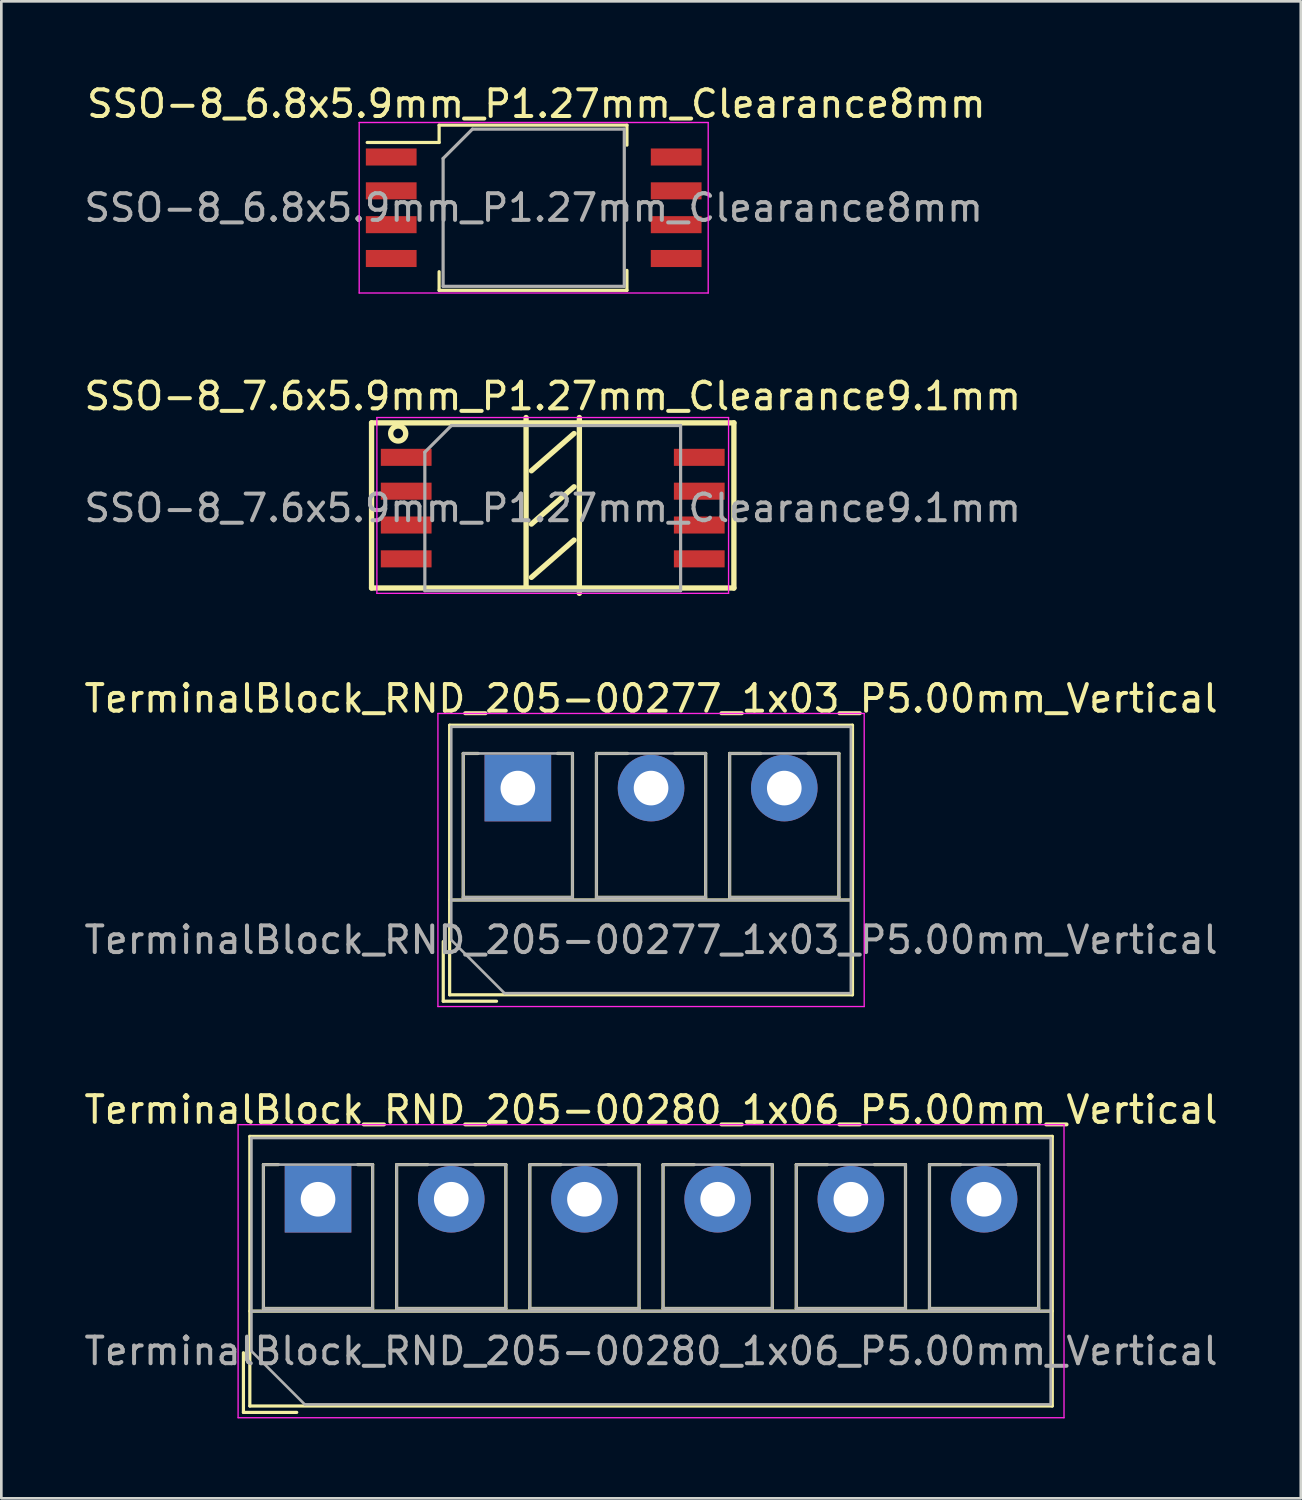
<source format=kicad_pcb>
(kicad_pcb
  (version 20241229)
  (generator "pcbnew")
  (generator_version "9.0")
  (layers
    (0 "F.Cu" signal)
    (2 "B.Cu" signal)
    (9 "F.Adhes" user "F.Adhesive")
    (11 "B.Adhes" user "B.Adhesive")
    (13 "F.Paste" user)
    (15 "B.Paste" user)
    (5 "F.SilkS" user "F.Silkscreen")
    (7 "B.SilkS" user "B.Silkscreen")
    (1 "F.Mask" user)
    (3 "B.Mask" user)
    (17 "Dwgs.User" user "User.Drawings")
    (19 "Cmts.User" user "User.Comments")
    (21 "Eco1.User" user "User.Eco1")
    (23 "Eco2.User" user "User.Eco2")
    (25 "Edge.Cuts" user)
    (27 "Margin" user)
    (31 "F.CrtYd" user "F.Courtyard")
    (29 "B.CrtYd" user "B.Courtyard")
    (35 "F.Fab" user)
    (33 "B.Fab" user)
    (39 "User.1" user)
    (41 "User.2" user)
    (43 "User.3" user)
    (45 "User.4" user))
  (footprint "TerminalBlock_RND_205-00277_1x03_P5.00mm_Vertical"
    (layer "F.Cu")
    (at 16.387 26.53)
    (property "Reference" "TerminalBlock_RND_205-00277_1x03_P5.00mm_Vertical" (at 5 -3.36 0) (layer "F.SilkS") (effects (font (size 1 1) (thickness 0.15))))
    (attr through_hole)
    (fp_line (start -2.8 5.76) (end -2.8 8) (stroke (width 0.12) (type solid)) (layer "F.SilkS"))
    (fp_line (start -2.8 8) (end -0.8 8) (stroke (width 0.12) (type solid)) (layer "F.SilkS"))
    (fp_line (start -2.56 -2.36) (end -2.56 7.76) (stroke (width 0.12) (type solid)) (layer "F.SilkS"))
    (fp_line (start -2.56 -2.36) (end 12.56 -2.36) (stroke (width 0.12) (type solid)) (layer "F.SilkS"))
    (fp_line (start -2.56 4.2) (end 12.56 4.2) (stroke (width 0.12) (type solid)) (layer "F.SilkS"))
    (fp_line (start -2.56 7.76) (end 12.56 7.76) (stroke (width 0.12) (type solid)) (layer "F.SilkS"))
    (fp_line (start -2.05 -1.3) (end -2.05 4.1) (stroke (width 0.12) (type solid)) (layer "F.SilkS"))
    (fp_line (start -2.05 -1.3) (end -1.49 -1.3) (stroke (width 0.12) (type solid)) (layer "F.SilkS"))
    (fp_line (start -2.05 4.1) (end 2.05 4.1) (stroke (width 0.12) (type solid)) (layer "F.SilkS"))
    (fp_line (start 1.49 -1.3) (end 2.05 -1.3) (stroke (width 0.12) (type solid)) (layer "F.SilkS"))
    (fp_line (start 2.05 -1.3) (end 2.05 4.1) (stroke (width 0.12) (type solid)) (layer "F.SilkS"))
    (fp_line (start 2.95 -1.3) (end 2.95 4.1) (stroke (width 0.12) (type solid)) (layer "F.SilkS"))
    (fp_line (start 2.95 -1.3) (end 4.117 -1.3) (stroke (width 0.12) (type solid)) (layer "F.SilkS"))
    (fp_line (start 2.95 4.1) (end 7.05 4.1) (stroke (width 0.12) (type solid)) (layer "F.SilkS"))
    (fp_line (start 5.884 -1.3) (end 7.05 -1.3) (stroke (width 0.12) (type solid)) (layer "F.SilkS"))
    (fp_line (start 7.05 -1.3) (end 7.05 4.1) (stroke (width 0.12) (type solid)) (layer "F.SilkS"))
    (fp_line (start 7.95 -1.3) (end 7.95 4.1) (stroke (width 0.12) (type solid)) (layer "F.SilkS"))
    (fp_line (start 7.95 -1.3) (end 9.117 -1.3) (stroke (width 0.12) (type solid)) (layer "F.SilkS"))
    (fp_line (start 7.95 4.1) (end 12.05 4.1) (stroke (width 0.12) (type solid)) (layer "F.SilkS"))
    (fp_line (start 10.884 -1.3) (end 12.05 -1.3) (stroke (width 0.12) (type solid)) (layer "F.SilkS"))
    (fp_line (start 12.05 -1.3) (end 12.05 4.1) (stroke (width 0.12) (type solid)) (layer "F.SilkS"))
    (fp_line (start 12.56 -2.36) (end 12.56 7.76) (stroke (width 0.12) (type solid)) (layer "F.SilkS"))
    (fp_line (start -3 -2.8) (end -3 8.2) (stroke (width 0.05) (type solid)) (layer "F.CrtYd"))
    (fp_line (start -3 8.2) (end 13 8.2) (stroke (width 0.05) (type solid)) (layer "F.CrtYd"))
    (fp_line (start 13 -2.8) (end -3 -2.8) (stroke (width 0.05) (type solid)) (layer "F.CrtYd"))
    (fp_line (start 13 8.2) (end 13 -2.8) (stroke (width 0.05) (type solid)) (layer "F.CrtYd"))
    (fp_line (start -2.5 -2.3) (end 12.5 -2.3) (stroke (width 0.1) (type solid)) (layer "F.Fab"))
    (fp_line (start -2.5 4.2) (end 12.5 4.2) (stroke (width 0.1) (type solid)) (layer "F.Fab"))
    (fp_line (start -2.5 5.7) (end -2.5 -2.3) (stroke (width 0.1) (type solid)) (layer "F.Fab"))
    (fp_line (start -2.05 -1.3) (end -2.05 4.1) (stroke (width 0.1) (type solid)) (layer "F.Fab"))
    (fp_line (start -2.05 4.1) (end 2.05 4.1) (stroke (width 0.1) (type solid)) (layer "F.Fab"))
    (fp_line (start -0.5 7.7) (end -2.5 5.7) (stroke (width 0.1) (type solid)) (layer "F.Fab"))
    (fp_line (start 2.05 -1.3) (end -2.05 -1.3) (stroke (width 0.1) (type solid)) (layer "F.Fab"))
    (fp_line (start 2.05 4.1) (end 2.05 -1.3) (stroke (width 0.1) (type solid)) (layer "F.Fab"))
    (fp_line (start 2.95 -1.3) (end 2.95 4.1) (stroke (width 0.1) (type solid)) (layer "F.Fab"))
    (fp_line (start 2.95 4.1) (end 7.05 4.1) (stroke (width 0.1) (type solid)) (layer "F.Fab"))
    (fp_line (start 7.05 -1.3) (end 2.95 -1.3) (stroke (width 0.1) (type solid)) (layer "F.Fab"))
    (fp_line (start 7.05 4.1) (end 7.05 -1.3) (stroke (width 0.1) (type solid)) (layer "F.Fab"))
    (fp_line (start 7.95 -1.3) (end 7.95 4.1) (stroke (width 0.1) (type solid)) (layer "F.Fab"))
    (fp_line (start 7.95 4.1) (end 12.05 4.1) (stroke (width 0.1) (type solid)) (layer "F.Fab"))
    (fp_line (start 12.05 -1.3) (end 7.95 -1.3) (stroke (width 0.1) (type solid)) (layer "F.Fab"))
    (fp_line (start 12.05 4.1) (end 12.05 -1.3) (stroke (width 0.1) (type solid)) (layer "F.Fab"))
    (fp_line (start 12.5 -2.3) (end 12.5 7.7) (stroke (width 0.1) (type solid)) (layer "F.Fab"))
    (fp_line (start 12.5 7.7) (end -0.5 7.7) (stroke (width 0.1) (type solid)) (layer "F.Fab"))
    (fp_text user "${REFERENCE}" (at 5 5.7 0) (layer "F.Fab") (effects (font (size 1 1) (thickness 0.15))))
    (pad "1" thru_hole rect (at 0 0) (size 2.5 2.5) (drill 1.3) (layers "*.Cu" "*.Mask"))
    (pad "2" thru_hole circle (at 5 0) (size 2.5 2.5) (drill 1.3) (layers "*.Cu" "*.Mask"))
    (pad "3" thru_hole circle (at 10 0) (size 2.5 2.5) (drill 1.3) (layers "*.Cu" "*.Mask")))
  (footprint "TerminalBlock_RND_205-00280_1x06_P5.00mm_Vertical"
    (layer "F.Cu")
    (at 8.887 41.963)
    (property "Reference" "TerminalBlock_RND_205-00280_1x06_P5.00mm_Vertical" (at 12.5 -3.36 0) (layer "F.SilkS") (effects (font (size 1 1) (thickness 0.15))))
    (attr through_hole)
    (fp_line (start -2.8 5.76) (end -2.8 8) (stroke (width 0.12) (type solid)) (layer "F.SilkS"))
    (fp_line (start -2.8 8) (end -0.8 8) (stroke (width 0.12) (type solid)) (layer "F.SilkS"))
    (fp_line (start -2.56 -2.36) (end -2.56 7.76) (stroke (width 0.12) (type solid)) (layer "F.SilkS"))
    (fp_line (start -2.56 -2.36) (end 27.56 -2.36) (stroke (width 0.12) (type solid)) (layer "F.SilkS"))
    (fp_line (start -2.56 4.2) (end 27.56 4.2) (stroke (width 0.12) (type solid)) (layer "F.SilkS"))
    (fp_line (start -2.56 7.76) (end 27.56 7.76) (stroke (width 0.12) (type solid)) (layer "F.SilkS"))
    (fp_line (start -2.05 -1.3) (end -2.05 4.1) (stroke (width 0.12) (type solid)) (layer "F.SilkS"))
    (fp_line (start -2.05 -1.3) (end -1.49 -1.3) (stroke (width 0.12) (type solid)) (layer "F.SilkS"))
    (fp_line (start -2.05 4.1) (end 2.05 4.1) (stroke (width 0.12) (type solid)) (layer "F.SilkS"))
    (fp_line (start 1.49 -1.3) (end 2.05 -1.3) (stroke (width 0.12) (type solid)) (layer "F.SilkS"))
    (fp_line (start 2.05 -1.3) (end 2.05 4.1) (stroke (width 0.12) (type solid)) (layer "F.SilkS"))
    (fp_line (start 2.95 -1.3) (end 2.95 4.1) (stroke (width 0.12) (type solid)) (layer "F.SilkS"))
    (fp_line (start 2.95 -1.3) (end 4.117 -1.3) (stroke (width 0.12) (type solid)) (layer "F.SilkS"))
    (fp_line (start 2.95 4.1) (end 7.05 4.1) (stroke (width 0.12) (type solid)) (layer "F.SilkS"))
    (fp_line (start 5.884 -1.3) (end 7.05 -1.3) (stroke (width 0.12) (type solid)) (layer "F.SilkS"))
    (fp_line (start 7.05 -1.3) (end 7.05 4.1) (stroke (width 0.12) (type solid)) (layer "F.SilkS"))
    (fp_line (start 7.95 -1.3) (end 7.95 4.1) (stroke (width 0.12) (type solid)) (layer "F.SilkS"))
    (fp_line (start 7.95 -1.3) (end 9.117 -1.3) (stroke (width 0.12) (type solid)) (layer "F.SilkS"))
    (fp_line (start 7.95 4.1) (end 12.05 4.1) (stroke (width 0.12) (type solid)) (layer "F.SilkS"))
    (fp_line (start 10.884 -1.3) (end 12.05 -1.3) (stroke (width 0.12) (type solid)) (layer "F.SilkS"))
    (fp_line (start 12.05 -1.3) (end 12.05 4.1) (stroke (width 0.12) (type solid)) (layer "F.SilkS"))
    (fp_line (start 12.95 -1.3) (end 12.95 4.1) (stroke (width 0.12) (type solid)) (layer "F.SilkS"))
    (fp_line (start 12.95 -1.3) (end 14.117 -1.3) (stroke (width 0.12) (type solid)) (layer "F.SilkS"))
    (fp_line (start 12.95 4.1) (end 17.05 4.1) (stroke (width 0.12) (type solid)) (layer "F.SilkS"))
    (fp_line (start 15.884 -1.3) (end 17.05 -1.3) (stroke (width 0.12) (type solid)) (layer "F.SilkS"))
    (fp_line (start 17.05 -1.3) (end 17.05 4.1) (stroke (width 0.12) (type solid)) (layer "F.SilkS"))
    (fp_line (start 17.95 -1.3) (end 17.95 4.1) (stroke (width 0.12) (type solid)) (layer "F.SilkS"))
    (fp_line (start 17.95 -1.3) (end 19.117 -1.3) (stroke (width 0.12) (type solid)) (layer "F.SilkS"))
    (fp_line (start 17.95 4.1) (end 22.05 4.1) (stroke (width 0.12) (type solid)) (layer "F.SilkS"))
    (fp_line (start 20.884 -1.3) (end 22.05 -1.3) (stroke (width 0.12) (type solid)) (layer "F.SilkS"))
    (fp_line (start 22.05 -1.3) (end 22.05 4.1) (stroke (width 0.12) (type solid)) (layer "F.SilkS"))
    (fp_line (start 22.95 -1.3) (end 22.95 4.1) (stroke (width 0.12) (type solid)) (layer "F.SilkS"))
    (fp_line (start 22.95 -1.3) (end 24.117 -1.3) (stroke (width 0.12) (type solid)) (layer "F.SilkS"))
    (fp_line (start 22.95 4.1) (end 27.05 4.1) (stroke (width 0.12) (type solid)) (layer "F.SilkS"))
    (fp_line (start 25.884 -1.3) (end 27.05 -1.3) (stroke (width 0.12) (type solid)) (layer "F.SilkS"))
    (fp_line (start 27.05 -1.3) (end 27.05 4.1) (stroke (width 0.12) (type solid)) (layer "F.SilkS"))
    (fp_line (start 27.56 -2.36) (end 27.56 7.76) (stroke (width 0.12) (type solid)) (layer "F.SilkS"))
    (fp_line (start -3 -2.8) (end -3 8.2) (stroke (width 0.05) (type solid)) (layer "F.CrtYd"))
    (fp_line (start -3 8.2) (end 28 8.2) (stroke (width 0.05) (type solid)) (layer "F.CrtYd"))
    (fp_line (start 28 -2.8) (end -3 -2.8) (stroke (width 0.05) (type solid)) (layer "F.CrtYd"))
    (fp_line (start 28 8.2) (end 28 -2.8) (stroke (width 0.05) (type solid)) (layer "F.CrtYd"))
    (fp_line (start -2.5 -2.3) (end 27.5 -2.3) (stroke (width 0.1) (type solid)) (layer "F.Fab"))
    (fp_line (start -2.5 4.2) (end 27.5 4.2) (stroke (width 0.1) (type solid)) (layer "F.Fab"))
    (fp_line (start -2.5 5.7) (end -2.5 -2.3) (stroke (width 0.1) (type solid)) (layer "F.Fab"))
    (fp_line (start -2.05 -1.3) (end -2.05 4.1) (stroke (width 0.1) (type solid)) (layer "F.Fab"))
    (fp_line (start -2.05 4.1) (end 2.05 4.1) (stroke (width 0.1) (type solid)) (layer "F.Fab"))
    (fp_line (start -0.5 7.7) (end -2.5 5.7) (stroke (width 0.1) (type solid)) (layer "F.Fab"))
    (fp_line (start 2.05 -1.3) (end -2.05 -1.3) (stroke (width 0.1) (type solid)) (layer "F.Fab"))
    (fp_line (start 2.05 4.1) (end 2.05 -1.3) (stroke (width 0.1) (type solid)) (layer "F.Fab"))
    (fp_line (start 2.95 -1.3) (end 2.95 4.1) (stroke (width 0.1) (type solid)) (layer "F.Fab"))
    (fp_line (start 2.95 4.1) (end 7.05 4.1) (stroke (width 0.1) (type solid)) (layer "F.Fab"))
    (fp_line (start 7.05 -1.3) (end 2.95 -1.3) (stroke (width 0.1) (type solid)) (layer "F.Fab"))
    (fp_line (start 7.05 4.1) (end 7.05 -1.3) (stroke (width 0.1) (type solid)) (layer "F.Fab"))
    (fp_line (start 7.95 -1.3) (end 7.95 4.1) (stroke (width 0.1) (type solid)) (layer "F.Fab"))
    (fp_line (start 7.95 4.1) (end 12.05 4.1) (stroke (width 0.1) (type solid)) (layer "F.Fab"))
    (fp_line (start 12.05 -1.3) (end 7.95 -1.3) (stroke (width 0.1) (type solid)) (layer "F.Fab"))
    (fp_line (start 12.05 4.1) (end 12.05 -1.3) (stroke (width 0.1) (type solid)) (layer "F.Fab"))
    (fp_line (start 12.95 -1.3) (end 12.95 4.1) (stroke (width 0.1) (type solid)) (layer "F.Fab"))
    (fp_line (start 12.95 4.1) (end 17.05 4.1) (stroke (width 0.1) (type solid)) (layer "F.Fab"))
    (fp_line (start 17.05 -1.3) (end 12.95 -1.3) (stroke (width 0.1) (type solid)) (layer "F.Fab"))
    (fp_line (start 17.05 4.1) (end 17.05 -1.3) (stroke (width 0.1) (type solid)) (layer "F.Fab"))
    (fp_line (start 17.95 -1.3) (end 17.95 4.1) (stroke (width 0.1) (type solid)) (layer "F.Fab"))
    (fp_line (start 17.95 4.1) (end 22.05 4.1) (stroke (width 0.1) (type solid)) (layer "F.Fab"))
    (fp_line (start 22.05 -1.3) (end 17.95 -1.3) (stroke (width 0.1) (type solid)) (layer "F.Fab"))
    (fp_line (start 22.05 4.1) (end 22.05 -1.3) (stroke (width 0.1) (type solid)) (layer "F.Fab"))
    (fp_line (start 22.95 -1.3) (end 22.95 4.1) (stroke (width 0.1) (type solid)) (layer "F.Fab"))
    (fp_line (start 22.95 4.1) (end 27.05 4.1) (stroke (width 0.1) (type solid)) (layer "F.Fab"))
    (fp_line (start 27.05 -1.3) (end 22.95 -1.3) (stroke (width 0.1) (type solid)) (layer "F.Fab"))
    (fp_line (start 27.05 4.1) (end 27.05 -1.3) (stroke (width 0.1) (type solid)) (layer "F.Fab"))
    (fp_line (start 27.5 -2.3) (end 27.5 7.7) (stroke (width 0.1) (type solid)) (layer "F.Fab"))
    (fp_line (start 27.5 7.7) (end -0.5 7.7) (stroke (width 0.1) (type solid)) (layer "F.Fab"))
    (fp_text user "${REFERENCE}" (at 12.5 5.7 0) (layer "F.Fab") (effects (font (size 1 1) (thickness 0.15))))
    (pad "1" thru_hole rect (at 0 0) (size 2.5 2.5) (drill 1.3) (layers "*.Cu" "*.Mask"))
    (pad "2" thru_hole circle (at 5 0) (size 2.5 2.5) (drill 1.3) (layers "*.Cu" "*.Mask"))
    (pad "3" thru_hole circle (at 10 0) (size 2.5 2.5) (drill 1.3) (layers "*.Cu" "*.Mask"))
    (pad "4" thru_hole circle (at 15 0) (size 2.5 2.5) (drill 1.3) (layers "*.Cu" "*.Mask"))
    (pad "5" thru_hole circle (at 20 0) (size 2.5 2.5) (drill 1.3) (layers "*.Cu" "*.Mask"))
    (pad "6" thru_hole circle (at 25 0) (size 2.5 2.5) (drill 1.3) (layers "*.Cu" "*.Mask")))
  (footprint "SSO-8_7.6x5.9mm_P1.27mm_Clearance9.1mm"
    (layer "F.Cu")
    (at 17.696 16.021)
    (property "Reference" "SSO-8_7.6x5.9mm_P1.27mm_Clearance9.1mm" (at 0 -4.2 0) (layer "F.SilkS") (effects (font (size 1 1) (thickness 0.15))))
    (attr smd)
    (fp_line (start -6.8 -3.2) (end 6.8 -3.2) (stroke (width 0.2) (type solid)) (layer "F.SilkS"))
    (fp_line (start -6.8 3) (end -6.8 -3.2) (stroke (width 0.2) (type solid)) (layer "F.SilkS"))
    (fp_line (start -1 -3.4) (end -1 3) (stroke (width 0.2) (type solid)) (layer "F.SilkS"))
    (fp_line (start 0.8 -2.8) (end -0.8 -1.4) (stroke (width 0.2) (type solid)) (layer "F.SilkS"))
    (fp_line (start 0.8 -0.8) (end -0.8 0.6) (stroke (width 0.2) (type solid)) (layer "F.SilkS"))
    (fp_line (start 0.8 1.2) (end -0.8 2.6) (stroke (width 0.2) (type solid)) (layer "F.SilkS"))
    (fp_line (start 1 -3.4) (end 1 3.2) (stroke (width 0.2) (type solid)) (layer "F.SilkS"))
    (fp_line (start 6.8 -3.2) (end 6.8 3) (stroke (width 0.2) (type solid)) (layer "F.SilkS"))
    (fp_line (start 6.8 3) (end -6.8 3) (stroke (width 0.2) (type solid)) (layer "F.SilkS"))
    (fp_circle (center -5.8 -2.8) (end -5.6 -2.6) (stroke (width 0.2) (type solid)) (fill no) (layer "F.SilkS"))
    (fp_line (start -6.6 -3.4) (end -6.6 3.2) (stroke (width 0.05) (type solid)) (layer "F.CrtYd"))
    (fp_line (start -6.6 -3.4) (end 6.6 -3.4) (stroke (width 0.05) (type solid)) (layer "F.CrtYd"))
    (fp_line (start 6.6 3.2) (end -6.6 3.2) (stroke (width 0.05) (type solid)) (layer "F.CrtYd"))
    (fp_line (start 6.6 3.2) (end 6.6 -3.4) (stroke (width 0.05) (type solid)) (layer "F.CrtYd"))
    (fp_line (start -4.8 -2.1) (end -4.8 3.1) (stroke (width 0.12) (type solid)) (layer "F.Fab"))
    (fp_line (start -4.8 3.1) (end 4.8 3.1) (stroke (width 0.12) (type solid)) (layer "F.Fab"))
    (fp_line (start -3.8 -3.1) (end -4.8 -2.1) (stroke (width 0.12) (type solid)) (layer "F.Fab"))
    (fp_line (start 4.8 -3.1) (end -3.8 -3.1) (stroke (width 0.12) (type solid)) (layer "F.Fab"))
    (fp_line (start 4.8 3.1) (end 4.8 -3.1) (stroke (width 0.12) (type solid)) (layer "F.Fab"))
    (fp_text user "${REFERENCE}" (at 0 0 0) (layer "F.Fab") (effects (font (size 1 1) (thickness 0.15))))
    (pad "1" smd rect (at -5.5 -1.905) (size 1.905 0.64) (layers "F.Cu" "F.Mask" "F.Paste"))
    (pad "2" smd rect (at -5.5 -0.635) (size 1.905 0.64) (layers "F.Cu" "F.Mask" "F.Paste"))
    (pad "3" smd rect (at -5.5 0.635) (size 1.905 0.64) (layers "F.Cu" "F.Mask" "F.Paste"))
    (pad "4" smd rect (at -5.5 1.905) (size 1.905 0.64) (layers "F.Cu" "F.Mask" "F.Paste"))
    (pad "5" smd rect (at 5.5 1.905) (size 1.905 0.64) (layers "F.Cu" "F.Mask" "F.Paste"))
    (pad "6" smd rect (at 5.5 0.635) (size 1.905 0.64) (layers "F.Cu" "F.Mask" "F.Paste"))
    (pad "7" smd rect (at 5.5 -0.635) (size 1.905 0.64) (layers "F.Cu" "F.Mask" "F.Paste"))
    (pad "8" smd rect (at 5.5 -1.905) (size 1.905 0.64) (layers "F.Cu" "F.Mask" "F.Paste")))
  (footprint "SSO-8_6.8x5.9mm_P1.27mm_Clearance8mm"
    (layer "F.Cu")
    (at 16.982 4.748)
    (property "Reference" "SSO-8_6.8x5.9mm_P1.27mm_Clearance8mm" (at 0.1 -3.9 0) (layer "F.SilkS") (effects (font (size 1 1) (thickness 0.15))))
    (attr smd)
    (fp_line (start -3.55 -3.1) (end -3.55 -2.45) (stroke (width 0.12) (type solid)) (layer "F.SilkS"))
    (fp_line (start -3.55 -2.45) (end -6.25 -2.45) (stroke (width 0.12) (type solid)) (layer "F.SilkS"))
    (fp_line (start -3.55 2.4) (end -3.55 3.1) (stroke (width 0.12) (type solid)) (layer "F.SilkS"))
    (fp_line (start -3.55 3.1) (end 3.5 3.1) (stroke (width 0.12) (type solid)) (layer "F.SilkS"))
    (fp_line (start 3.5 -3.1) (end -3.55 -3.1) (stroke (width 0.12) (type solid)) (layer "F.SilkS"))
    (fp_line (start 3.5 -2.35) (end 3.5 -3.1) (stroke (width 0.12) (type solid)) (layer "F.SilkS"))
    (fp_line (start 3.5 3.1) (end 3.5 2.35) (stroke (width 0.12) (type solid)) (layer "F.SilkS"))
    (fp_line (start -6.55 -3.2) (end -6.55 3.2) (stroke (width 0.05) (type solid)) (layer "F.CrtYd"))
    (fp_line (start -6.55 -3.2) (end 6.55 -3.2) (stroke (width 0.05) (type solid)) (layer "F.CrtYd"))
    (fp_line (start 6.55 3.2) (end -6.55 3.2) (stroke (width 0.05) (type solid)) (layer "F.CrtYd"))
    (fp_line (start 6.55 3.2) (end 6.55 -3.2) (stroke (width 0.05) (type solid)) (layer "F.CrtYd"))
    (fp_line (start -3.4 -1.85) (end -3.4 2.95) (stroke (width 0.12) (type solid)) (layer "F.Fab"))
    (fp_line (start -3.4 2.95) (end 3.4 2.95) (stroke (width 0.12) (type solid)) (layer "F.Fab"))
    (fp_line (start -2.3 -2.95) (end -3.4 -1.85) (stroke (width 0.12) (type solid)) (layer "F.Fab"))
    (fp_line (start 3.4 -2.95) (end -2.3 -2.95) (stroke (width 0.12) (type solid)) (layer "F.Fab"))
    (fp_line (start 3.4 2.95) (end 3.4 -2.95) (stroke (width 0.12) (type solid)) (layer "F.Fab"))
    (fp_text user "${REFERENCE}" (at 0 0 0) (layer "F.Fab") (effects (font (size 1 1) (thickness 0.15))))
    (pad "1" smd rect (at -5.348 -1.905) (size 1.905 0.64) (layers "F.Cu" "F.Mask" "F.Paste"))
    (pad "2" smd rect (at -5.348 -0.635) (size 1.905 0.64) (layers "F.Cu" "F.Mask" "F.Paste"))
    (pad "3" smd rect (at -5.348 0.635) (size 1.905 0.64) (layers "F.Cu" "F.Mask" "F.Paste"))
    (pad "4" smd rect (at -5.348 1.905) (size 1.905 0.64) (layers "F.Cu" "F.Mask" "F.Paste"))
    (pad "5" smd rect (at 5.348 1.905) (size 1.905 0.64) (layers "F.Cu" "F.Mask" "F.Paste"))
    (pad "6" smd rect (at 5.348 0.635) (size 1.905 0.64) (layers "F.Cu" "F.Mask" "F.Paste"))
    (pad "7" smd rect (at 5.348 -0.635) (size 1.905 0.64) (layers "F.Cu" "F.Mask" "F.Paste"))
    (pad "8" smd rect (at 5.348 -1.905) (size 1.905 0.64) (layers "F.Cu" "F.Mask" "F.Paste")))
  (gr_rect
    (start -3 -3)
    (end 45.774 53.188)
    (stroke (width 0.1) (type default))
    (fill no)
    (layer "Edge.Cuts")))
</source>
